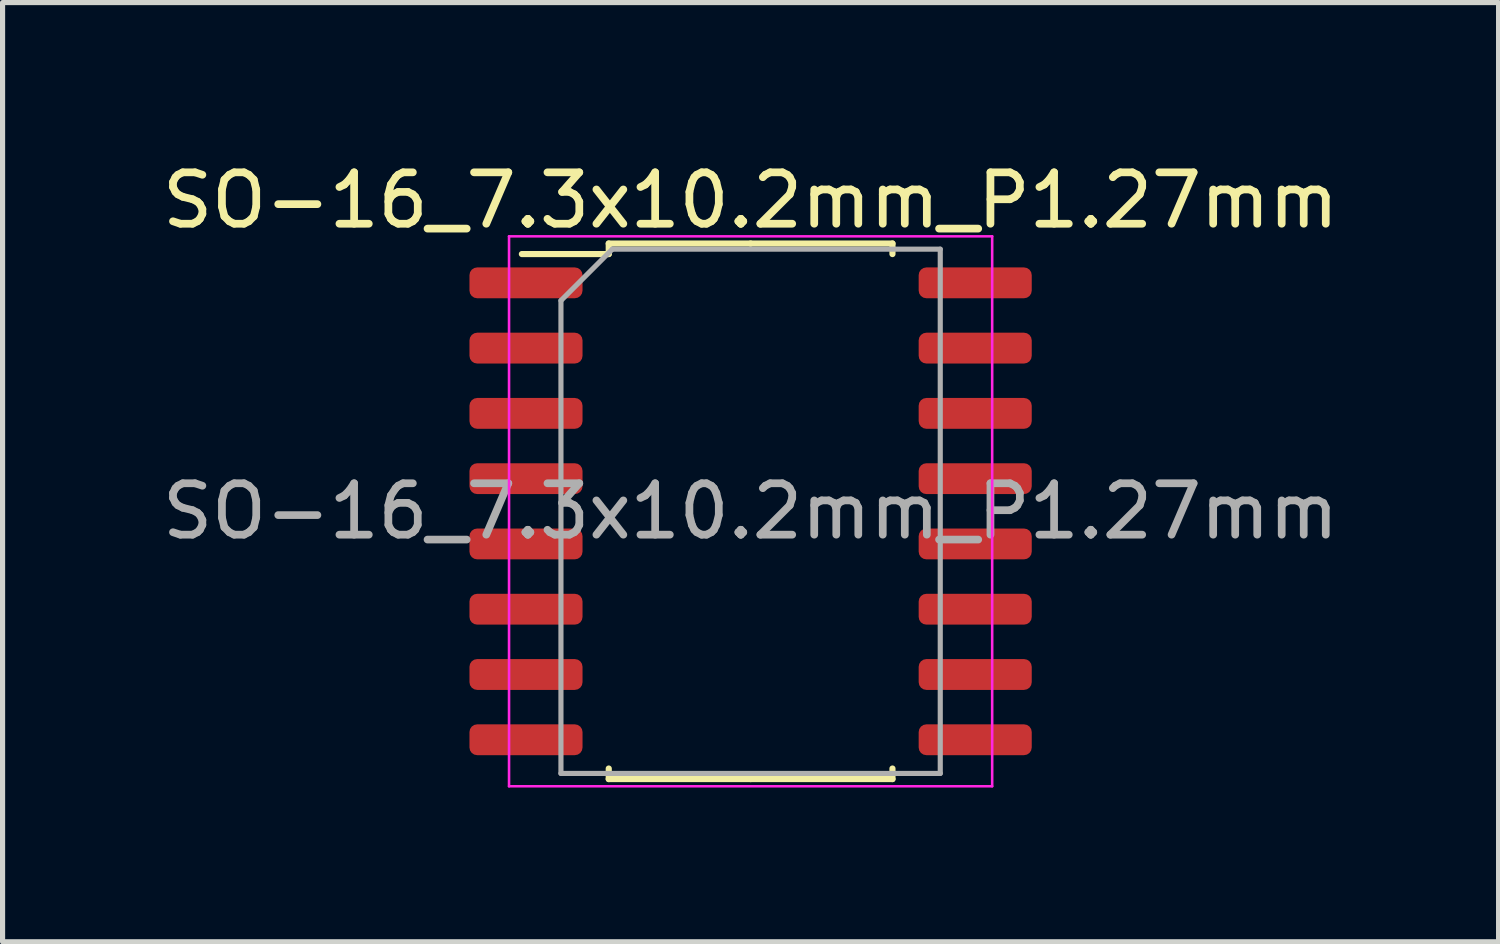
<source format=kicad_pcb>
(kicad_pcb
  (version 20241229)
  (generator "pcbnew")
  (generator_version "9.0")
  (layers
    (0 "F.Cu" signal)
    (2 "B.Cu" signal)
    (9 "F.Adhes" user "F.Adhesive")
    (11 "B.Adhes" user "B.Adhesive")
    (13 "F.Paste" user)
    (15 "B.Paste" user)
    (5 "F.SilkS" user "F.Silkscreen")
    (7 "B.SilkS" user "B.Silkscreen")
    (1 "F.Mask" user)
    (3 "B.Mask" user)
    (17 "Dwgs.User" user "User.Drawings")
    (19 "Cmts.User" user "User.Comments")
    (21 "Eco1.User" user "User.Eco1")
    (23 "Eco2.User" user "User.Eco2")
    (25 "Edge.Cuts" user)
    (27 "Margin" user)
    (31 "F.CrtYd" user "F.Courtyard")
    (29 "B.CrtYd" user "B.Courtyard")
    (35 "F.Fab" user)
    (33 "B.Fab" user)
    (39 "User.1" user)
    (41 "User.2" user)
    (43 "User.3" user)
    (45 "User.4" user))
  (footprint "SO-16_7.3x10.2mm_P1.27mm"
    (layer "F.Cu")
    (at 11.554 6.898)
    (property "Reference" "SO-16_7.3x10.2mm_P1.27mm" (at 0 -6.05 0) (layer "F.SilkS") (effects (font (size 1 1) (thickness 0.15))))
    (attr smd)
    (fp_line (start -2.76 -5.21) (end -2.76 -5.005) (stroke (width 0.12) (type solid)) (layer "F.SilkS"))
    (fp_line (start -2.76 -5.005) (end -4.45 -5.005) (stroke (width 0.12) (type solid)) (layer "F.SilkS"))
    (fp_line (start -2.76 5.21) (end -2.76 5.005) (stroke (width 0.12) (type solid)) (layer "F.SilkS"))
    (fp_line (start 0 -5.21) (end -2.76 -5.21) (stroke (width 0.12) (type solid)) (layer "F.SilkS"))
    (fp_line (start 0 -5.21) (end 2.76 -5.21) (stroke (width 0.12) (type solid)) (layer "F.SilkS"))
    (fp_line (start 0 5.21) (end -2.76 5.21) (stroke (width 0.12) (type solid)) (layer "F.SilkS"))
    (fp_line (start 0 5.21) (end 2.76 5.21) (stroke (width 0.12) (type solid)) (layer "F.SilkS"))
    (fp_line (start 2.76 -5.21) (end 2.76 -5.005) (stroke (width 0.12) (type solid)) (layer "F.SilkS"))
    (fp_line (start 2.76 5.21) (end 2.76 5.005) (stroke (width 0.12) (type solid)) (layer "F.SilkS"))
    (fp_line (start -4.7 -5.35) (end -4.7 5.35) (stroke (width 0.05) (type solid)) (layer "F.CrtYd"))
    (fp_line (start -4.7 5.35) (end 4.7 5.35) (stroke (width 0.05) (type solid)) (layer "F.CrtYd"))
    (fp_line (start 4.7 -5.35) (end -4.7 -5.35) (stroke (width 0.05) (type solid)) (layer "F.CrtYd"))
    (fp_line (start 4.7 5.35) (end 4.7 -5.35) (stroke (width 0.05) (type solid)) (layer "F.CrtYd"))
    (fp_line (start -3.69 -4.1) (end -2.69 -5.1) (stroke (width 0.1) (type solid)) (layer "F.Fab"))
    (fp_line (start -3.69 5.1) (end -3.69 -4.1) (stroke (width 0.1) (type solid)) (layer "F.Fab"))
    (fp_line (start -2.69 -5.1) (end 3.69 -5.1) (stroke (width 0.1) (type solid)) (layer "F.Fab"))
    (fp_line (start 3.69 -5.1) (end 3.69 5.1) (stroke (width 0.1) (type solid)) (layer "F.Fab"))
    (fp_line (start 3.69 5.1) (end -3.69 5.1) (stroke (width 0.1) (type solid)) (layer "F.Fab"))
    (fp_text user "${REFERENCE}" (at 0 0 0) (layer "F.Fab") (effects (font (size 1 1) (thickness 0.15))))
    (pad "1" smd roundrect (at -4.37 -4.445) (size 2.2 0.6) (layers "F.Cu" "F.Mask" "F.Paste") (roundrect_rratio 0.25))
    (pad "2" smd roundrect (at -4.37 -3.175) (size 2.2 0.6) (layers "F.Cu" "F.Mask" "F.Paste") (roundrect_rratio 0.25))
    (pad "3" smd roundrect (at -4.37 -1.905) (size 2.2 0.6) (layers "F.Cu" "F.Mask" "F.Paste") (roundrect_rratio 0.25))
    (pad "4" smd roundrect (at -4.37 -0.635) (size 2.2 0.6) (layers "F.Cu" "F.Mask" "F.Paste") (roundrect_rratio 0.25))
    (pad "5" smd roundrect (at -4.37 0.635) (size 2.2 0.6) (layers "F.Cu" "F.Mask" "F.Paste") (roundrect_rratio 0.25))
    (pad "6" smd roundrect (at -4.37 1.905) (size 2.2 0.6) (layers "F.Cu" "F.Mask" "F.Paste") (roundrect_rratio 0.25))
    (pad "7" smd roundrect (at -4.37 3.175) (size 2.2 0.6) (layers "F.Cu" "F.Mask" "F.Paste") (roundrect_rratio 0.25))
    (pad "8" smd roundrect (at -4.37 4.445) (size 2.2 0.6) (layers "F.Cu" "F.Mask" "F.Paste") (roundrect_rratio 0.25))
    (pad "9" smd roundrect (at 4.37 4.445) (size 2.2 0.6) (layers "F.Cu" "F.Mask" "F.Paste") (roundrect_rratio 0.25))
    (pad "10" smd roundrect (at 4.37 3.175) (size 2.2 0.6) (layers "F.Cu" "F.Mask" "F.Paste") (roundrect_rratio 0.25))
    (pad "11" smd roundrect (at 4.37 1.905) (size 2.2 0.6) (layers "F.Cu" "F.Mask" "F.Paste") (roundrect_rratio 0.25))
    (pad "12" smd roundrect (at 4.37 0.635) (size 2.2 0.6) (layers "F.Cu" "F.Mask" "F.Paste") (roundrect_rratio 0.25))
    (pad "13" smd roundrect (at 4.37 -0.635) (size 2.2 0.6) (layers "F.Cu" "F.Mask" "F.Paste") (roundrect_rratio 0.25))
    (pad "14" smd roundrect (at 4.37 -1.905) (size 2.2 0.6) (layers "F.Cu" "F.Mask" "F.Paste") (roundrect_rratio 0.25))
    (pad "15" smd roundrect (at 4.37 -3.175) (size 2.2 0.6) (layers "F.Cu" "F.Mask" "F.Paste") (roundrect_rratio 0.25))
    (pad "16" smd roundrect (at 4.37 -4.445) (size 2.2 0.6) (layers "F.Cu" "F.Mask" "F.Paste") (roundrect_rratio 0.25)))
  (gr_rect
    (start -3 -3)
    (end 26.107 15.273)
    (stroke (width 0.1) (type default))
    (fill no)
    (layer "Edge.Cuts")))
</source>
